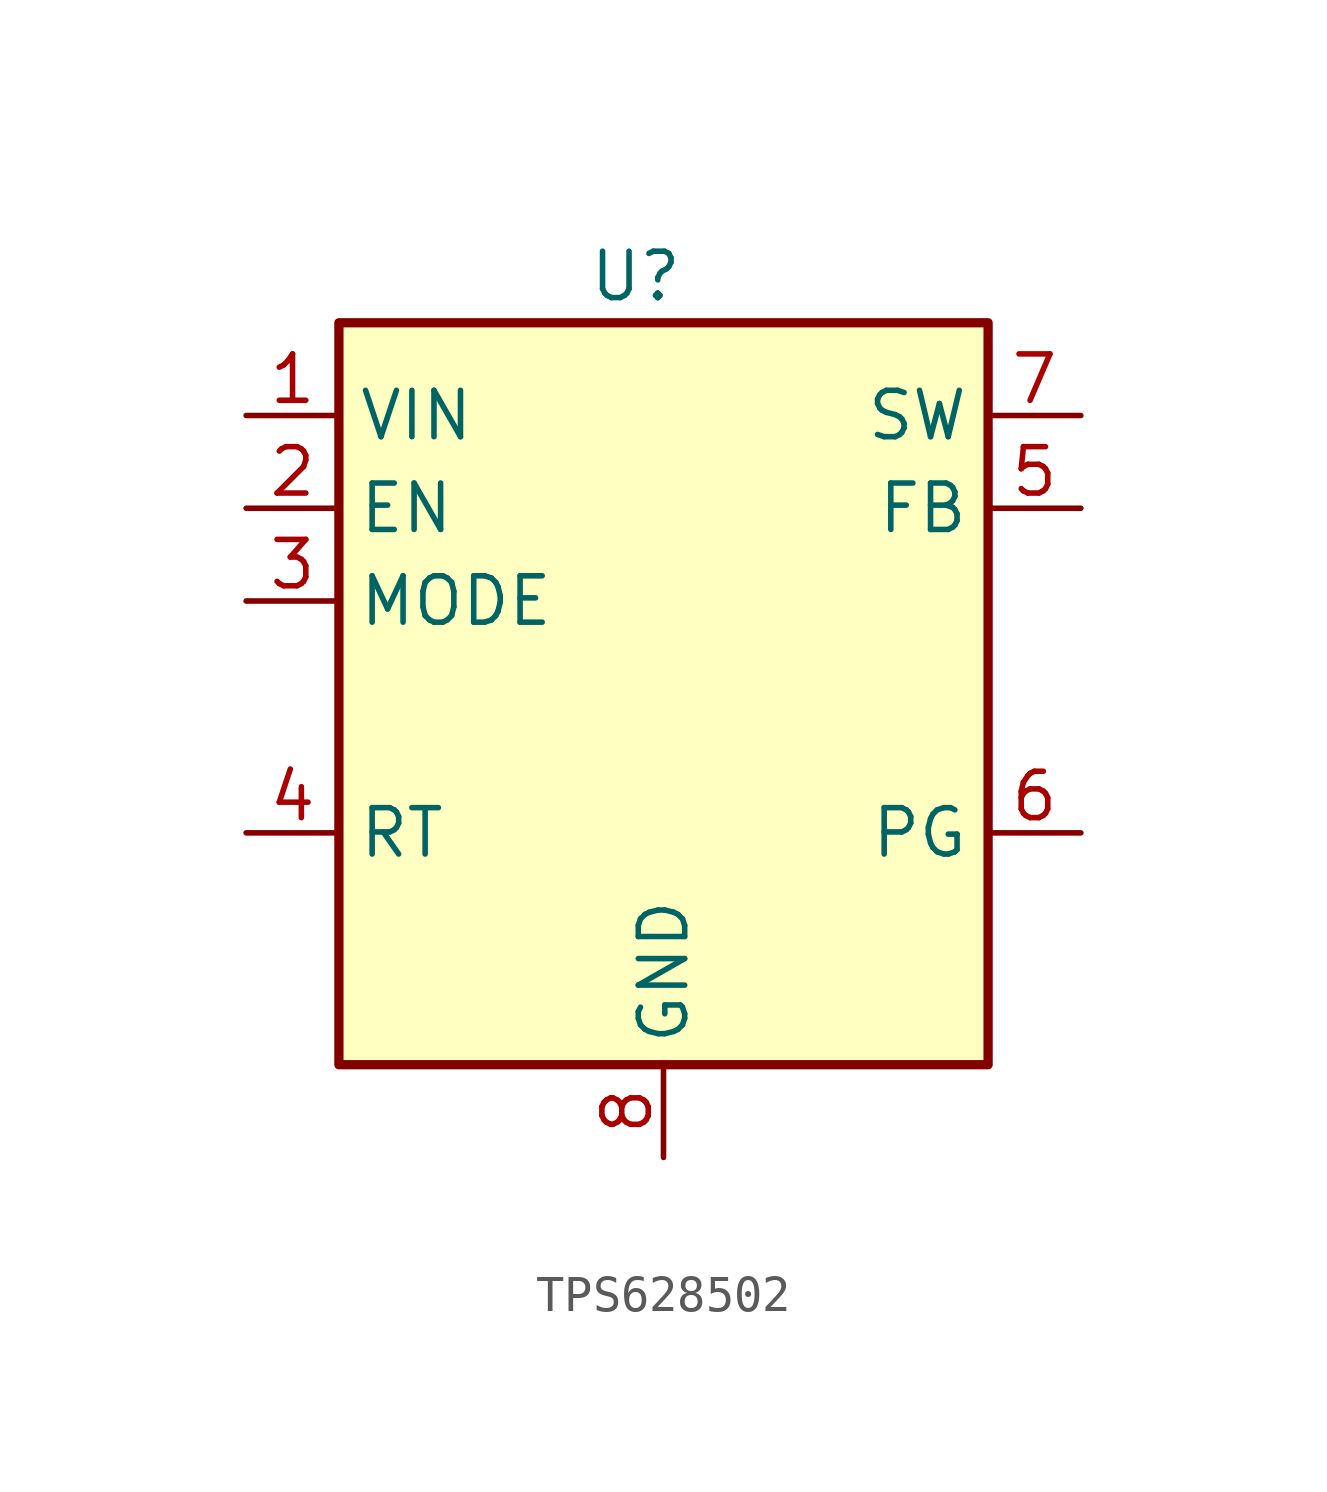
<source format=kicad_sym>
(kicad_symbol_lib
  (version 20241209)
  (generator "kicad_symbol_editor")
  (generator_version "9.0")
  (symbol "TPS628502"
    (property "Reference" "U"
      (at -0.762 6.35 0)
      (effects (font (size 1.27 1.27))))
    (property "Value" ""
      (at 0 0 0)
      (effects (font (size 1.27 1.27))))
    (symbol "TPS628502_0_1"
      (rectangle (start -8.89 5.08) (end 8.89 -15.24) (stroke (width 0.254) (type default)) (fill (type background))))
    (symbol "TPS628502_1_1"
      (pin power_in line (at -11.43 2.54 0) (length 2.54) (name "VIN" (effects (font (size 1.27 1.27)))) (number "1" (effects (font (size 1.27 1.27)))))
      (pin input line (at -11.43 0 0) (length 2.54) (name "EN" (effects (font (size 1.27 1.27)))) (number "2" (effects (font (size 1.27 1.27)))))
      (pin passive line (at -11.43 -2.54 0) (length 2.54) (name "MODE" (effects (font (size 1.27 1.27)))) (number "3" (effects (font (size 1.27 1.27)))))
      (pin passive line (at -11.43 -8.89 0) (length 2.54) (name "RT" (effects (font (size 1.27 1.27)))) (number "4" (effects (font (size 1.27 1.27)))))
      (pin power_in line (at 0 -17.78 90) (length 2.54) (name "GND" (effects (font (size 1.27 1.27)))) (number "8" (effects (font (size 1.27 1.27)))))
      (pin output line (at 11.43 2.54 180) (length 2.54) (name "SW" (effects (font (size 1.27 1.27)))) (number "7" (effects (font (size 1.27 1.27)))))
      (pin input line (at 11.43 0 180) (length 2.54) (name "FB" (effects (font (size 1.27 1.27)))) (number "5" (effects (font (size 1.27 1.27)))))
      (pin passive line (at 11.43 -8.89 180) (length 2.54) (name "PG" (effects (font (size 1.27 1.27)))) (number "6" (effects (font (size 1.27 1.27))))))))
</source>
